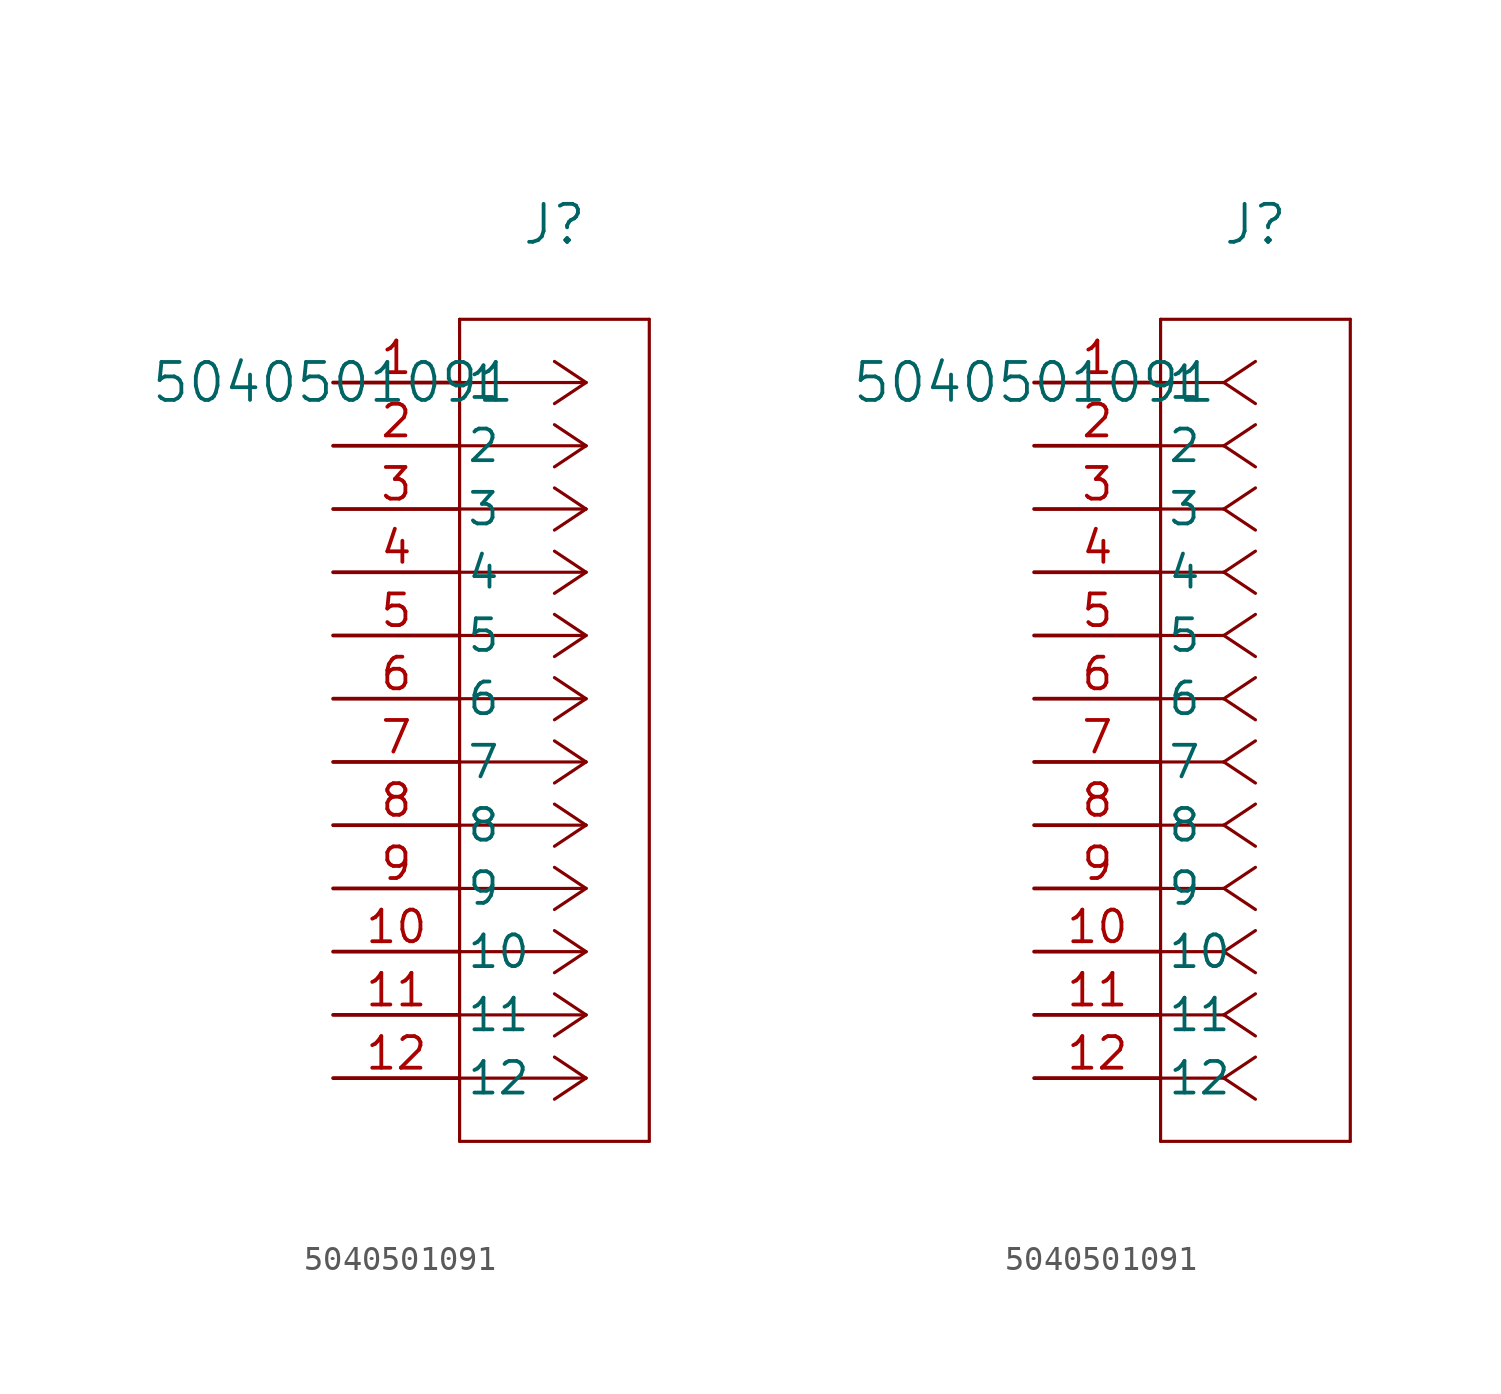
<source format=kicad_sym>
(kicad_symbol_lib
  (version 20220914)
  (generator kicad_symbol_editor)
  (symbol "5040501091"
    (pin_names
      (offset 0.254))
    (property "Reference" "J"
      (at 8.89 6.35 0)
      (effects (font (size 1.524 1.524))))
    (property "Value" "5040501091"
      (at 0 0 0)
      (effects (font (size 1.524 1.524))))
    (symbol "5040501091_1_1"
      (polyline (pts (xy 5.08 -30.48) (xy 12.7 -30.48)) (stroke (width 0.127) (type default)) (fill (type none)))
      (polyline (pts (xy 5.08 2.54) (xy 5.08 -30.48)) (stroke (width 0.127) (type default)) (fill (type none)))
      (polyline (pts (xy 10.16 -27.94) (xy 5.08 -27.94)) (stroke (width 0.127) (type default)) (fill (type none)))
      (polyline (pts (xy 10.16 -27.94) (xy 8.89 -28.787)) (stroke (width 0.127) (type default)) (fill (type none)))
      (polyline (pts (xy 10.16 -27.94) (xy 8.89 -27.093)) (stroke (width 0.127) (type default)) (fill (type none)))
      (polyline (pts (xy 10.16 -25.4) (xy 5.08 -25.4)) (stroke (width 0.127) (type default)) (fill (type none)))
      (polyline (pts (xy 10.16 -25.4) (xy 8.89 -26.247)) (stroke (width 0.127) (type default)) (fill (type none)))
      (polyline (pts (xy 10.16 -25.4) (xy 8.89 -24.553)) (stroke (width 0.127) (type default)) (fill (type none)))
      (polyline (pts (xy 10.16 -22.86) (xy 5.08 -22.86)) (stroke (width 0.127) (type default)) (fill (type none)))
      (polyline (pts (xy 10.16 -22.86) (xy 8.89 -23.707)) (stroke (width 0.127) (type default)) (fill (type none)))
      (polyline (pts (xy 10.16 -22.86) (xy 8.89 -22.013)) (stroke (width 0.127) (type default)) (fill (type none)))
      (polyline (pts (xy 10.16 -20.32) (xy 5.08 -20.32)) (stroke (width 0.127) (type default)) (fill (type none)))
      (polyline (pts (xy 10.16 -20.32) (xy 8.89 -21.167)) (stroke (width 0.127) (type default)) (fill (type none)))
      (polyline (pts (xy 10.16 -20.32) (xy 8.89 -19.473)) (stroke (width 0.127) (type default)) (fill (type none)))
      (polyline (pts (xy 10.16 -17.78) (xy 5.08 -17.78)) (stroke (width 0.127) (type default)) (fill (type none)))
      (polyline (pts (xy 10.16 -17.78) (xy 8.89 -18.627)) (stroke (width 0.127) (type default)) (fill (type none)))
      (polyline (pts (xy 10.16 -17.78) (xy 8.89 -16.933)) (stroke (width 0.127) (type default)) (fill (type none)))
      (polyline (pts (xy 10.16 -15.24) (xy 5.08 -15.24)) (stroke (width 0.127) (type default)) (fill (type none)))
      (polyline (pts (xy 10.16 -15.24) (xy 8.89 -16.087)) (stroke (width 0.127) (type default)) (fill (type none)))
      (polyline (pts (xy 10.16 -15.24) (xy 8.89 -14.393)) (stroke (width 0.127) (type default)) (fill (type none)))
      (polyline (pts (xy 10.16 -12.7) (xy 5.08 -12.7)) (stroke (width 0.127) (type default)) (fill (type none)))
      (polyline (pts (xy 10.16 -12.7) (xy 8.89 -13.547)) (stroke (width 0.127) (type default)) (fill (type none)))
      (polyline (pts (xy 10.16 -12.7) (xy 8.89 -11.853)) (stroke (width 0.127) (type default)) (fill (type none)))
      (polyline (pts (xy 10.16 -10.16) (xy 5.08 -10.16)) (stroke (width 0.127) (type default)) (fill (type none)))
      (polyline (pts (xy 10.16 -10.16) (xy 8.89 -11.007)) (stroke (width 0.127) (type default)) (fill (type none)))
      (polyline (pts (xy 10.16 -10.16) (xy 8.89 -9.313)) (stroke (width 0.127) (type default)) (fill (type none)))
      (polyline (pts (xy 10.16 -7.62) (xy 5.08 -7.62)) (stroke (width 0.127) (type default)) (fill (type none)))
      (polyline (pts (xy 10.16 -7.62) (xy 8.89 -8.467)) (stroke (width 0.127) (type default)) (fill (type none)))
      (polyline (pts (xy 10.16 -7.62) (xy 8.89 -6.773)) (stroke (width 0.127) (type default)) (fill (type none)))
      (polyline (pts (xy 10.16 -5.08) (xy 5.08 -5.08)) (stroke (width 0.127) (type default)) (fill (type none)))
      (polyline (pts (xy 10.16 -5.08) (xy 8.89 -5.927)) (stroke (width 0.127) (type default)) (fill (type none)))
      (polyline (pts (xy 10.16 -5.08) (xy 8.89 -4.233)) (stroke (width 0.127) (type default)) (fill (type none)))
      (polyline (pts (xy 10.16 -2.54) (xy 5.08 -2.54)) (stroke (width 0.127) (type default)) (fill (type none)))
      (polyline (pts (xy 10.16 -2.54) (xy 8.89 -3.387)) (stroke (width 0.127) (type default)) (fill (type none)))
      (polyline (pts (xy 10.16 -2.54) (xy 8.89 -1.693)) (stroke (width 0.127) (type default)) (fill (type none)))
      (polyline (pts (xy 10.16 0) (xy 5.08 0)) (stroke (width 0.127) (type default)) (fill (type none)))
      (polyline (pts (xy 10.16 0) (xy 8.89 -0.847)) (stroke (width 0.127) (type default)) (fill (type none)))
      (polyline (pts (xy 10.16 0) (xy 8.89 0.847)) (stroke (width 0.127) (type default)) (fill (type none)))
      (polyline (pts (xy 12.7 -30.48) (xy 12.7 2.54)) (stroke (width 0.127) (type default)) (fill (type none)))
      (polyline (pts (xy 12.7 2.54) (xy 5.08 2.54)) (stroke (width 0.127) (type default)) (fill (type none)))
      (pin unspecified line (at 0 0 0) (length 5.08) (name "1" (effects (font (size 1.27 1.27)))) (number "1" (effects (font (size 1.27 1.27)))))
      (pin unspecified line (at 0 -22.86 0) (length 5.08) (name "10" (effects (font (size 1.27 1.27)))) (number "10" (effects (font (size 1.27 1.27)))))
      (pin unspecified line (at 0 -25.4 0) (length 5.08) (name "11" (effects (font (size 1.27 1.27)))) (number "11" (effects (font (size 1.27 1.27)))))
      (pin unspecified line (at 0 -27.94 0) (length 5.08) (name "12" (effects (font (size 1.27 1.27)))) (number "12" (effects (font (size 1.27 1.27)))))
      (pin unspecified line (at 0 -2.54 0) (length 5.08) (name "2" (effects (font (size 1.27 1.27)))) (number "2" (effects (font (size 1.27 1.27)))))
      (pin unspecified line (at 0 -5.08 0) (length 5.08) (name "3" (effects (font (size 1.27 1.27)))) (number "3" (effects (font (size 1.27 1.27)))))
      (pin unspecified line (at 0 -7.62 0) (length 5.08) (name "4" (effects (font (size 1.27 1.27)))) (number "4" (effects (font (size 1.27 1.27)))))
      (pin unspecified line (at 0 -10.16 0) (length 5.08) (name "5" (effects (font (size 1.27 1.27)))) (number "5" (effects (font (size 1.27 1.27)))))
      (pin unspecified line (at 0 -12.7 0) (length 5.08) (name "6" (effects (font (size 1.27 1.27)))) (number "6" (effects (font (size 1.27 1.27)))))
      (pin unspecified line (at 0 -15.24 0) (length 5.08) (name "7" (effects (font (size 1.27 1.27)))) (number "7" (effects (font (size 1.27 1.27)))))
      (pin unspecified line (at 0 -17.78 0) (length 5.08) (name "8" (effects (font (size 1.27 1.27)))) (number "8" (effects (font (size 1.27 1.27)))))
      (pin unspecified line (at 0 -20.32 0) (length 5.08) (name "9" (effects (font (size 1.27 1.27)))) (number "9" (effects (font (size 1.27 1.27))))))
    (symbol "5040501091_1_2"
      (polyline (pts (xy 5.08 -30.48) (xy 12.7 -30.48)) (stroke (width 0.127) (type default)) (fill (type none)))
      (polyline (pts (xy 5.08 2.54) (xy 5.08 -30.48)) (stroke (width 0.127) (type default)) (fill (type none)))
      (polyline (pts (xy 7.62 -27.94) (xy 5.08 -27.94)) (stroke (width 0.127) (type default)) (fill (type none)))
      (polyline (pts (xy 7.62 -27.94) (xy 8.89 -28.787)) (stroke (width 0.127) (type default)) (fill (type none)))
      (polyline (pts (xy 7.62 -27.94) (xy 8.89 -27.093)) (stroke (width 0.127) (type default)) (fill (type none)))
      (polyline (pts (xy 7.62 -25.4) (xy 5.08 -25.4)) (stroke (width 0.127) (type default)) (fill (type none)))
      (polyline (pts (xy 7.62 -25.4) (xy 8.89 -26.247)) (stroke (width 0.127) (type default)) (fill (type none)))
      (polyline (pts (xy 7.62 -25.4) (xy 8.89 -24.553)) (stroke (width 0.127) (type default)) (fill (type none)))
      (polyline (pts (xy 7.62 -22.86) (xy 5.08 -22.86)) (stroke (width 0.127) (type default)) (fill (type none)))
      (polyline (pts (xy 7.62 -22.86) (xy 8.89 -23.707)) (stroke (width 0.127) (type default)) (fill (type none)))
      (polyline (pts (xy 7.62 -22.86) (xy 8.89 -22.013)) (stroke (width 0.127) (type default)) (fill (type none)))
      (polyline (pts (xy 7.62 -20.32) (xy 5.08 -20.32)) (stroke (width 0.127) (type default)) (fill (type none)))
      (polyline (pts (xy 7.62 -20.32) (xy 8.89 -21.167)) (stroke (width 0.127) (type default)) (fill (type none)))
      (polyline (pts (xy 7.62 -20.32) (xy 8.89 -19.473)) (stroke (width 0.127) (type default)) (fill (type none)))
      (polyline (pts (xy 7.62 -17.78) (xy 5.08 -17.78)) (stroke (width 0.127) (type default)) (fill (type none)))
      (polyline (pts (xy 7.62 -17.78) (xy 8.89 -18.627)) (stroke (width 0.127) (type default)) (fill (type none)))
      (polyline (pts (xy 7.62 -17.78) (xy 8.89 -16.933)) (stroke (width 0.127) (type default)) (fill (type none)))
      (polyline (pts (xy 7.62 -15.24) (xy 5.08 -15.24)) (stroke (width 0.127) (type default)) (fill (type none)))
      (polyline (pts (xy 7.62 -15.24) (xy 8.89 -16.087)) (stroke (width 0.127) (type default)) (fill (type none)))
      (polyline (pts (xy 7.62 -15.24) (xy 8.89 -14.393)) (stroke (width 0.127) (type default)) (fill (type none)))
      (polyline (pts (xy 7.62 -12.7) (xy 5.08 -12.7)) (stroke (width 0.127) (type default)) (fill (type none)))
      (polyline (pts (xy 7.62 -12.7) (xy 8.89 -13.547)) (stroke (width 0.127) (type default)) (fill (type none)))
      (polyline (pts (xy 7.62 -12.7) (xy 8.89 -11.853)) (stroke (width 0.127) (type default)) (fill (type none)))
      (polyline (pts (xy 7.62 -10.16) (xy 5.08 -10.16)) (stroke (width 0.127) (type default)) (fill (type none)))
      (polyline (pts (xy 7.62 -10.16) (xy 8.89 -11.007)) (stroke (width 0.127) (type default)) (fill (type none)))
      (polyline (pts (xy 7.62 -10.16) (xy 8.89 -9.313)) (stroke (width 0.127) (type default)) (fill (type none)))
      (polyline (pts (xy 7.62 -7.62) (xy 5.08 -7.62)) (stroke (width 0.127) (type default)) (fill (type none)))
      (polyline (pts (xy 7.62 -7.62) (xy 8.89 -8.467)) (stroke (width 0.127) (type default)) (fill (type none)))
      (polyline (pts (xy 7.62 -7.62) (xy 8.89 -6.773)) (stroke (width 0.127) (type default)) (fill (type none)))
      (polyline (pts (xy 7.62 -5.08) (xy 5.08 -5.08)) (stroke (width 0.127) (type default)) (fill (type none)))
      (polyline (pts (xy 7.62 -5.08) (xy 8.89 -5.927)) (stroke (width 0.127) (type default)) (fill (type none)))
      (polyline (pts (xy 7.62 -5.08) (xy 8.89 -4.233)) (stroke (width 0.127) (type default)) (fill (type none)))
      (polyline (pts (xy 7.62 -2.54) (xy 5.08 -2.54)) (stroke (width 0.127) (type default)) (fill (type none)))
      (polyline (pts (xy 7.62 -2.54) (xy 8.89 -3.387)) (stroke (width 0.127) (type default)) (fill (type none)))
      (polyline (pts (xy 7.62 -2.54) (xy 8.89 -1.693)) (stroke (width 0.127) (type default)) (fill (type none)))
      (polyline (pts (xy 7.62 0) (xy 5.08 0)) (stroke (width 0.127) (type default)) (fill (type none)))
      (polyline (pts (xy 7.62 0) (xy 8.89 -0.847)) (stroke (width 0.127) (type default)) (fill (type none)))
      (polyline (pts (xy 7.62 0) (xy 8.89 0.847)) (stroke (width 0.127) (type default)) (fill (type none)))
      (polyline (pts (xy 12.7 -30.48) (xy 12.7 2.54)) (stroke (width 0.127) (type default)) (fill (type none)))
      (polyline (pts (xy 12.7 2.54) (xy 5.08 2.54)) (stroke (width 0.127) (type default)) (fill (type none)))
      (pin unspecified line (at 0 0 0) (length 5.08) (name "1" (effects (font (size 1.27 1.27)))) (number "1" (effects (font (size 1.27 1.27)))))
      (pin unspecified line (at 0 -22.86 0) (length 5.08) (name "10" (effects (font (size 1.27 1.27)))) (number "10" (effects (font (size 1.27 1.27)))))
      (pin unspecified line (at 0 -25.4 0) (length 5.08) (name "11" (effects (font (size 1.27 1.27)))) (number "11" (effects (font (size 1.27 1.27)))))
      (pin unspecified line (at 0 -27.94 0) (length 5.08) (name "12" (effects (font (size 1.27 1.27)))) (number "12" (effects (font (size 1.27 1.27)))))
      (pin unspecified line (at 0 -2.54 0) (length 5.08) (name "2" (effects (font (size 1.27 1.27)))) (number "2" (effects (font (size 1.27 1.27)))))
      (pin unspecified line (at 0 -5.08 0) (length 5.08) (name "3" (effects (font (size 1.27 1.27)))) (number "3" (effects (font (size 1.27 1.27)))))
      (pin unspecified line (at 0 -7.62 0) (length 5.08) (name "4" (effects (font (size 1.27 1.27)))) (number "4" (effects (font (size 1.27 1.27)))))
      (pin unspecified line (at 0 -10.16 0) (length 5.08) (name "5" (effects (font (size 1.27 1.27)))) (number "5" (effects (font (size 1.27 1.27)))))
      (pin unspecified line (at 0 -12.7 0) (length 5.08) (name "6" (effects (font (size 1.27 1.27)))) (number "6" (effects (font (size 1.27 1.27)))))
      (pin unspecified line (at 0 -15.24 0) (length 5.08) (name "7" (effects (font (size 1.27 1.27)))) (number "7" (effects (font (size 1.27 1.27)))))
      (pin unspecified line (at 0 -17.78 0) (length 5.08) (name "8" (effects (font (size 1.27 1.27)))) (number "8" (effects (font (size 1.27 1.27)))))
      (pin unspecified line (at 0 -20.32 0) (length 5.08) (name "9" (effects (font (size 1.27 1.27)))) (number "9" (effects (font (size 1.27 1.27))))))))
</source>
